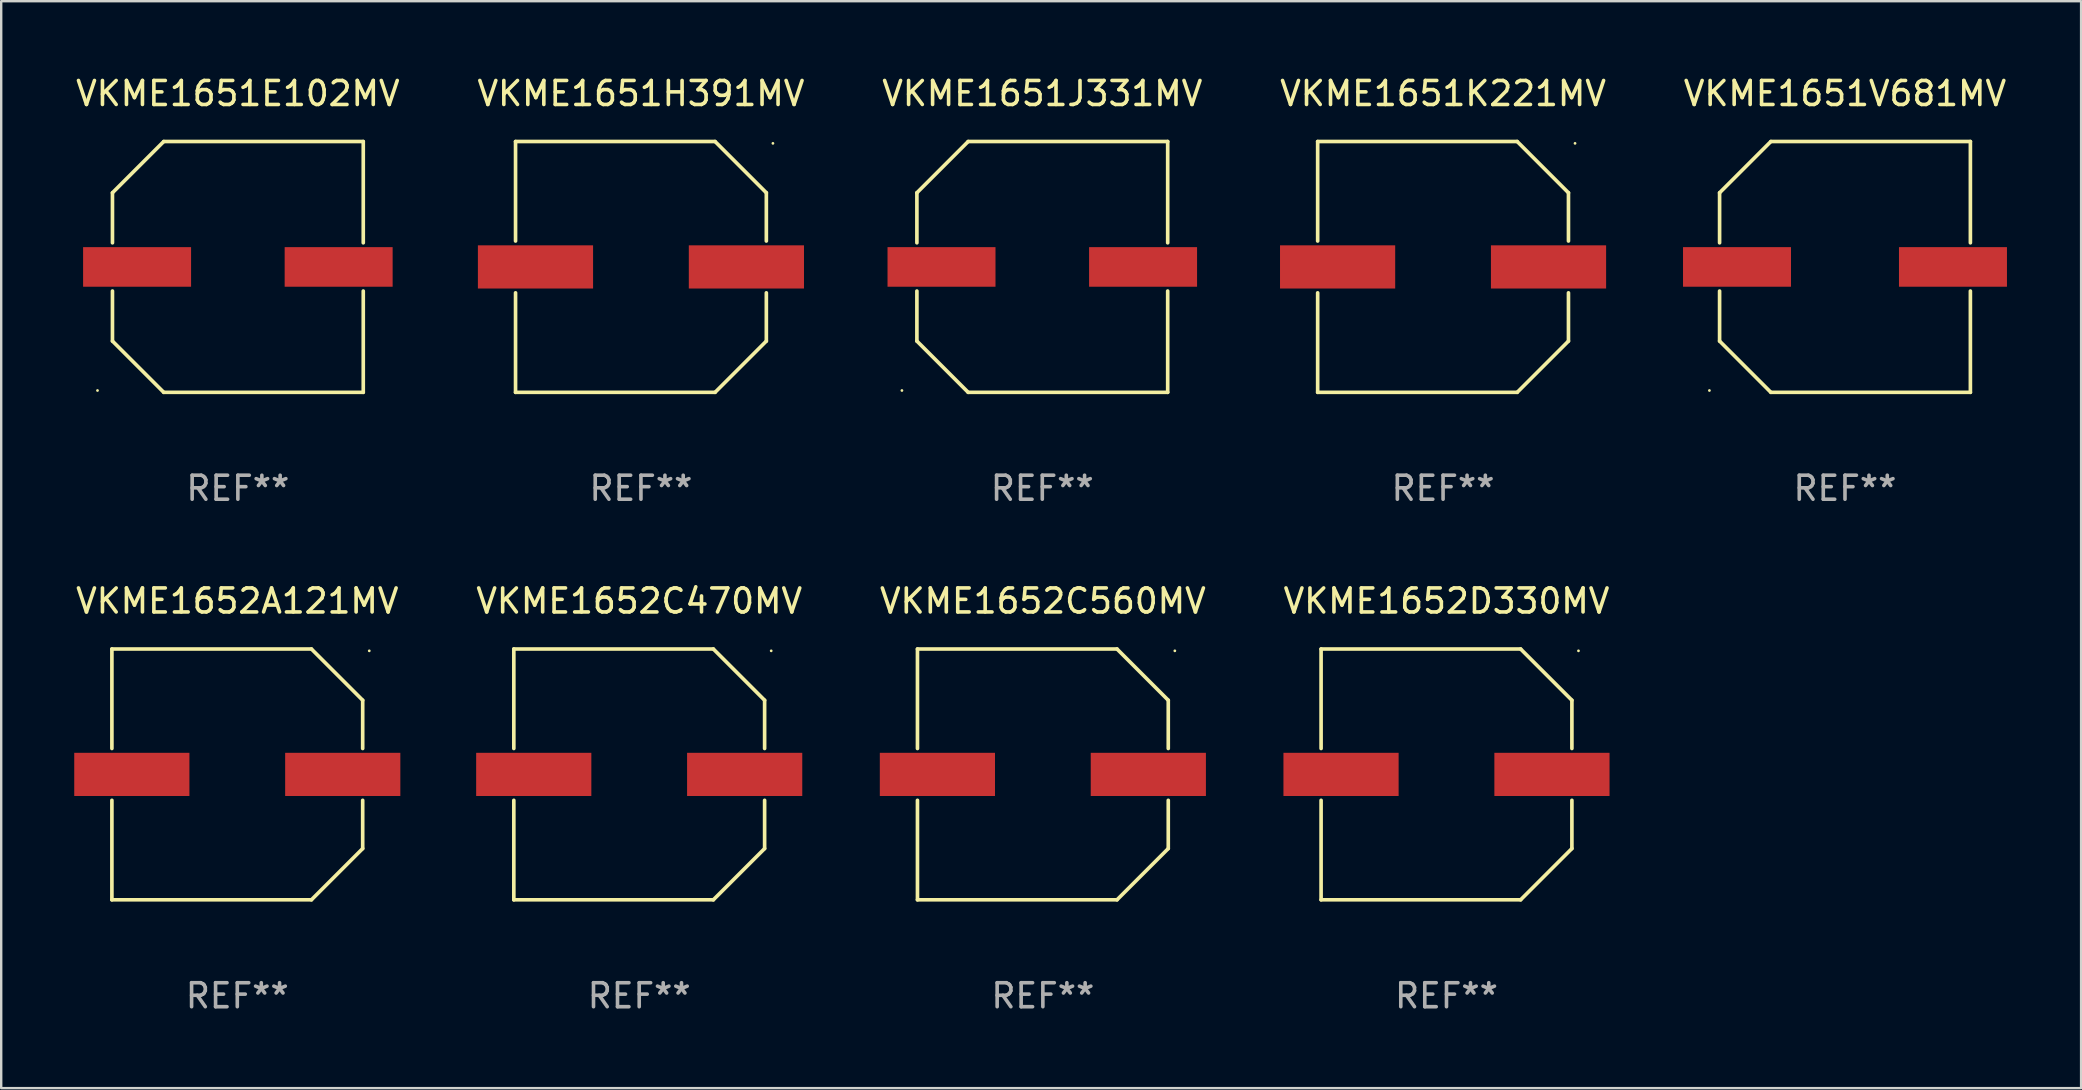
<source format=kicad_pcb>
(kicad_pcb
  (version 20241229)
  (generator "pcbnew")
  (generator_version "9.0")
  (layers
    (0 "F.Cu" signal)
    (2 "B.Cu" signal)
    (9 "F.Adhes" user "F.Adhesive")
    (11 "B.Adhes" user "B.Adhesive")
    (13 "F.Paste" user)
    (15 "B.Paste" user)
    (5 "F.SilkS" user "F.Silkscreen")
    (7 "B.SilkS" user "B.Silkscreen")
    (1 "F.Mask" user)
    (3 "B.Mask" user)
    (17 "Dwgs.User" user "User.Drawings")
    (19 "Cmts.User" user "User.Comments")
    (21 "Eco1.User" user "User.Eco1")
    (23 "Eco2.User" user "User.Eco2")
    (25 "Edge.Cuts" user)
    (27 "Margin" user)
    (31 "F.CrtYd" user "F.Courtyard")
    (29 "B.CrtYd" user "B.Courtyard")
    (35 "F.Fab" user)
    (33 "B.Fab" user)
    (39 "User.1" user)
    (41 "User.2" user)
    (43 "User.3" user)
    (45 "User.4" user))
  (footprint "VKME1651E102MV"
    (layer "F.Cu")
    (at 6.863 8.074)
    (property "Reference" "VKME1651E102MV" (at 0 -7.226 0) (layer "F.SilkS") (effects (font (size 1 1) (thickness 0.15))))
    (attr through_hole)
    (fp_line (start -5.226 -3.09) (end -5.226 -1.005) (stroke (width 0.152) (type solid)) (layer "F.SilkS"))
    (fp_line (start -5.226 1.005) (end -5.226 3.09) (stroke (width 0.152) (type solid)) (layer "F.SilkS"))
    (fp_line (start -3.09 -5.226) (end -5.226 -3.09) (stroke (width 0.152) (type solid)) (layer "F.SilkS"))
    (fp_line (start -3.09 5.226) (end -5.226 3.09) (stroke (width 0.152) (type solid)) (layer "F.SilkS"))
    (fp_line (start 5.226 -5.226) (end -3.09 -5.226) (stroke (width 0.152) (type solid)) (layer "F.SilkS"))
    (fp_line (start 5.226 -5.226) (end 5.226 -1.005) (stroke (width 0.152) (type solid)) (layer "F.SilkS"))
    (fp_line (start 5.226 1.005) (end 5.226 5.226) (stroke (width 0.152) (type solid)) (layer "F.SilkS"))
    (fp_line (start 5.226 5.226) (end -3.09 5.226) (stroke (width 0.152) (type solid)) (layer "F.SilkS"))
    (fp_circle (center -5.85 5.15) (end -5.82 5.15) (stroke (width 0.06) (type solid)) (fill no) (layer "F.SilkS"))
    (fp_text user "REF**" (at 0 9.226 0) (layer "F.Fab") (effects (font (size 1 1) (thickness 0.15))))
    (pad "1" smd rect (at -4.2 0.000292) (size 4.5 1.65) (layers "F.Cu" "F.Mask" "F.Paste"))
    (pad "2" smd rect (at 4.2 0.000292) (size 4.5 1.65) (layers "F.Cu" "F.Mask" "F.Paste")))
  (footprint "VKME1651K221MV"
    (layer "F.Cu")
    (at 57.089 8.074)
    (property "Reference" "VKME1651K221MV" (at 0 -7.226 0) (layer "F.SilkS") (effects (font (size 1 1) (thickness 0.15))))
    (attr through_hole)
    (fp_line (start -5.226 -5.226) (end -5.226 -1.08) (stroke (width 0.152) (type solid)) (layer "F.SilkS"))
    (fp_line (start -5.226 -5.226) (end 3.09 -5.226) (stroke (width 0.152) (type solid)) (layer "F.SilkS"))
    (fp_line (start -5.226 1.08) (end -5.226 5.226) (stroke (width 0.152) (type solid)) (layer "F.SilkS"))
    (fp_line (start -5.226 5.226) (end 3.09 5.226) (stroke (width 0.152) (type solid)) (layer "F.SilkS"))
    (fp_line (start 3.09 -5.226) (end 5.226 -3.09) (stroke (width 0.152) (type solid)) (layer "F.SilkS"))
    (fp_line (start 3.09 5.226) (end 5.226 3.09) (stroke (width 0.152) (type solid)) (layer "F.SilkS"))
    (fp_line (start 5.226 -1.08) (end 5.226 -3.09) (stroke (width 0.152) (type solid)) (layer "F.SilkS"))
    (fp_line (start 5.226 3.09) (end 5.226 1.08) (stroke (width 0.152) (type solid)) (layer "F.SilkS"))
    (fp_circle (center 5.5 -5.15) (end 5.53 -5.15) (stroke (width 0.06) (type solid)) (fill no) (layer "F.SilkS"))
    (fp_text user "REF**" (at 0 9.226 0) (layer "F.Fab") (effects (font (size 1 1) (thickness 0.15))))
    (pad "1" smd rect (at 4.395 0 180) (size 4.8 1.8) (layers "F.Cu" "F.Mask" "F.Paste"))
    (pad "2" smd rect (at -4.395 0 180) (size 4.8 1.8) (layers "F.Cu" "F.Mask" "F.Paste")))
  (footprint "VKME1652C560MV"
    (layer "F.Cu")
    (at 40.411 29.223)
    (property "Reference" "VKME1652C560MV" (at 0 -7.226 0) (layer "F.SilkS") (effects (font (size 1 1) (thickness 0.15))))
    (attr through_hole)
    (fp_line (start -5.226 -5.226) (end -5.226 -1.08) (stroke (width 0.152) (type solid)) (layer "F.SilkS"))
    (fp_line (start -5.226 -5.226) (end 3.09 -5.226) (stroke (width 0.152) (type solid)) (layer "F.SilkS"))
    (fp_line (start -5.226 1.08) (end -5.226 5.226) (stroke (width 0.152) (type solid)) (layer "F.SilkS"))
    (fp_line (start -5.226 5.226) (end 3.09 5.226) (stroke (width 0.152) (type solid)) (layer "F.SilkS"))
    (fp_line (start 3.09 -5.226) (end 5.226 -3.09) (stroke (width 0.152) (type solid)) (layer "F.SilkS"))
    (fp_line (start 3.09 5.226) (end 5.226 3.09) (stroke (width 0.152) (type solid)) (layer "F.SilkS"))
    (fp_line (start 5.226 -1.08) (end 5.226 -3.09) (stroke (width 0.152) (type solid)) (layer "F.SilkS"))
    (fp_line (start 5.226 3.09) (end 5.226 1.08) (stroke (width 0.152) (type solid)) (layer "F.SilkS"))
    (fp_circle (center 5.5 -5.15) (end 5.53 -5.15) (stroke (width 0.06) (type solid)) (fill no) (layer "F.SilkS"))
    (fp_text user "REF**" (at 0 9.226 0) (layer "F.Fab") (effects (font (size 1 1) (thickness 0.15))))
    (pad "1" smd rect (at 4.395 0 180) (size 4.8 1.8) (layers "F.Cu" "F.Mask" "F.Paste"))
    (pad "2" smd rect (at -4.395 0 180) (size 4.8 1.8) (layers "F.Cu" "F.Mask" "F.Paste")))
  (footprint "VKME1652A121MV"
    (layer "F.Cu")
    (at 6.839 29.223)
    (property "Reference" "VKME1652A121MV" (at 0 -7.226 0) (layer "F.SilkS") (effects (font (size 1 1) (thickness 0.15))))
    (attr through_hole)
    (fp_line (start -5.226 -5.226) (end -5.226 -1.08) (stroke (width 0.152) (type solid)) (layer "F.SilkS"))
    (fp_line (start -5.226 -5.226) (end 3.09 -5.226) (stroke (width 0.152) (type solid)) (layer "F.SilkS"))
    (fp_line (start -5.226 1.08) (end -5.226 5.226) (stroke (width 0.152) (type solid)) (layer "F.SilkS"))
    (fp_line (start -5.226 5.226) (end 3.09 5.226) (stroke (width 0.152) (type solid)) (layer "F.SilkS"))
    (fp_line (start 3.09 -5.226) (end 5.226 -3.09) (stroke (width 0.152) (type solid)) (layer "F.SilkS"))
    (fp_line (start 3.09 5.226) (end 5.226 3.09) (stroke (width 0.152) (type solid)) (layer "F.SilkS"))
    (fp_line (start 5.226 -1.08) (end 5.226 -3.09) (stroke (width 0.152) (type solid)) (layer "F.SilkS"))
    (fp_line (start 5.226 3.09) (end 5.226 1.08) (stroke (width 0.152) (type solid)) (layer "F.SilkS"))
    (fp_circle (center 5.5 -5.15) (end 5.53 -5.15) (stroke (width 0.06) (type solid)) (fill no) (layer "F.SilkS"))
    (fp_text user "REF**" (at 0 9.226 0) (layer "F.Fab") (effects (font (size 1 1) (thickness 0.15))))
    (pad "1" smd rect (at 4.395 0 180) (size 4.8 1.8) (layers "F.Cu" "F.Mask" "F.Paste"))
    (pad "2" smd rect (at -4.395 0 180) (size 4.8 1.8) (layers "F.Cu" "F.Mask" "F.Paste")))
  (footprint "VKME1652D330MV"
    (layer "F.Cu")
    (at 57.232 29.223)
    (property "Reference" "VKME1652D330MV" (at 0 -7.226 0) (layer "F.SilkS") (effects (font (size 1 1) (thickness 0.15))))
    (attr through_hole)
    (fp_line (start -5.226 -5.226) (end -5.226 -1.08) (stroke (width 0.152) (type solid)) (layer "F.SilkS"))
    (fp_line (start -5.226 -5.226) (end 3.09 -5.226) (stroke (width 0.152) (type solid)) (layer "F.SilkS"))
    (fp_line (start -5.226 1.08) (end -5.226 5.226) (stroke (width 0.152) (type solid)) (layer "F.SilkS"))
    (fp_line (start -5.226 5.226) (end 3.09 5.226) (stroke (width 0.152) (type solid)) (layer "F.SilkS"))
    (fp_line (start 3.09 -5.226) (end 5.226 -3.09) (stroke (width 0.152) (type solid)) (layer "F.SilkS"))
    (fp_line (start 3.09 5.226) (end 5.226 3.09) (stroke (width 0.152) (type solid)) (layer "F.SilkS"))
    (fp_line (start 5.226 -1.08) (end 5.226 -3.09) (stroke (width 0.152) (type solid)) (layer "F.SilkS"))
    (fp_line (start 5.226 3.09) (end 5.226 1.08) (stroke (width 0.152) (type solid)) (layer "F.SilkS"))
    (fp_circle (center 5.5 -5.15) (end 5.53 -5.15) (stroke (width 0.06) (type solid)) (fill no) (layer "F.SilkS"))
    (fp_text user "REF**" (at 0 9.226 0) (layer "F.Fab") (effects (font (size 1 1) (thickness 0.15))))
    (pad "1" smd rect (at 4.395 0 180) (size 4.8 1.8) (layers "F.Cu" "F.Mask" "F.Paste"))
    (pad "2" smd rect (at -4.395 0 180) (size 4.8 1.8) (layers "F.Cu" "F.Mask" "F.Paste")))
  (footprint "VKME1651V681MV"
    (layer "F.Cu")
    (at 73.839 8.074)
    (property "Reference" "VKME1651V681MV" (at 0 -7.226 0) (layer "F.SilkS") (effects (font (size 1 1) (thickness 0.15))))
    (attr through_hole)
    (fp_line (start -5.226 -3.09) (end -5.226 -1.005) (stroke (width 0.152) (type solid)) (layer "F.SilkS"))
    (fp_line (start -5.226 1.005) (end -5.226 3.09) (stroke (width 0.152) (type solid)) (layer "F.SilkS"))
    (fp_line (start -3.09 -5.226) (end -5.226 -3.09) (stroke (width 0.152) (type solid)) (layer "F.SilkS"))
    (fp_line (start -3.09 5.226) (end -5.226 3.09) (stroke (width 0.152) (type solid)) (layer "F.SilkS"))
    (fp_line (start 5.226 -5.226) (end -3.09 -5.226) (stroke (width 0.152) (type solid)) (layer "F.SilkS"))
    (fp_line (start 5.226 -1.005) (end 5.226 -5.226) (stroke (width 0.152) (type solid)) (layer "F.SilkS"))
    (fp_line (start 5.226 5.226) (end -3.09 5.226) (stroke (width 0.152) (type solid)) (layer "F.SilkS"))
    (fp_line (start 5.226 5.226) (end 5.226 1.005) (stroke (width 0.152) (type solid)) (layer "F.SilkS"))
    (fp_circle (center -5.65 5.15) (end -5.62 5.15) (stroke (width 0.06) (type solid)) (fill no) (layer "F.SilkS"))
    (fp_text user "REF**" (at 0 9.226 0) (layer "F.Fab") (effects (font (size 1 1) (thickness 0.15))))
    (pad "1" smd rect (at -4.5 0) (size 4.5 1.65) (layers "F.Cu" "F.Mask" "F.Paste"))
    (pad "2" smd rect (at 4.5 0) (size 4.5 1.65) (layers "F.Cu" "F.Mask" "F.Paste")))
  (footprint "VKME1651H391MV"
    (layer "F.Cu")
    (at 23.661 8.074)
    (property "Reference" "VKME1651H391MV" (at 0 -7.226 0) (layer "F.SilkS") (effects (font (size 1 1) (thickness 0.15))))
    (attr through_hole)
    (fp_line (start -5.226 -5.226) (end -5.226 -1.08) (stroke (width 0.152) (type solid)) (layer "F.SilkS"))
    (fp_line (start -5.226 -5.226) (end 3.09 -5.226) (stroke (width 0.152) (type solid)) (layer "F.SilkS"))
    (fp_line (start -5.226 1.08) (end -5.226 5.226) (stroke (width 0.152) (type solid)) (layer "F.SilkS"))
    (fp_line (start -5.226 5.226) (end 3.09 5.226) (stroke (width 0.152) (type solid)) (layer "F.SilkS"))
    (fp_line (start 3.09 -5.226) (end 5.226 -3.09) (stroke (width 0.152) (type solid)) (layer "F.SilkS"))
    (fp_line (start 3.09 5.226) (end 5.226 3.09) (stroke (width 0.152) (type solid)) (layer "F.SilkS"))
    (fp_line (start 5.226 -1.08) (end 5.226 -3.09) (stroke (width 0.152) (type solid)) (layer "F.SilkS"))
    (fp_line (start 5.226 3.09) (end 5.226 1.08) (stroke (width 0.152) (type solid)) (layer "F.SilkS"))
    (fp_circle (center 5.5 -5.15) (end 5.53 -5.15) (stroke (width 0.06) (type solid)) (fill no) (layer "F.SilkS"))
    (fp_text user "REF**" (at 0 9.226 0) (layer "F.Fab") (effects (font (size 1 1) (thickness 0.15))))
    (pad "1" smd rect (at 4.395 0 180) (size 4.8 1.8) (layers "F.Cu" "F.Mask" "F.Paste"))
    (pad "2" smd rect (at -4.395 0 180) (size 4.8 1.8) (layers "F.Cu" "F.Mask" "F.Paste")))
  (footprint "VKME1651J331MV"
    (layer "F.Cu")
    (at 40.387 8.074)
    (property "Reference" "VKME1651J331MV" (at 0 -7.226 0) (layer "F.SilkS") (effects (font (size 1 1) (thickness 0.15))))
    (attr through_hole)
    (fp_line (start -5.226 -3.09) (end -5.226 -1.005) (stroke (width 0.152) (type solid)) (layer "F.SilkS"))
    (fp_line (start -5.226 1.005) (end -5.226 3.09) (stroke (width 0.152) (type solid)) (layer "F.SilkS"))
    (fp_line (start -3.09 -5.226) (end -5.226 -3.09) (stroke (width 0.152) (type solid)) (layer "F.SilkS"))
    (fp_line (start -3.09 5.226) (end -5.226 3.09) (stroke (width 0.152) (type solid)) (layer "F.SilkS"))
    (fp_line (start 5.226 -5.226) (end -3.09 -5.226) (stroke (width 0.152) (type solid)) (layer "F.SilkS"))
    (fp_line (start 5.226 -5.226) (end 5.226 -1.005) (stroke (width 0.152) (type solid)) (layer "F.SilkS"))
    (fp_line (start 5.226 1.005) (end 5.226 5.226) (stroke (width 0.152) (type solid)) (layer "F.SilkS"))
    (fp_line (start 5.226 5.226) (end -3.09 5.226) (stroke (width 0.152) (type solid)) (layer "F.SilkS"))
    (fp_circle (center -5.85 5.15) (end -5.82 5.15) (stroke (width 0.06) (type solid)) (fill no) (layer "F.SilkS"))
    (fp_text user "REF**" (at 0 9.226 0) (layer "F.Fab") (effects (font (size 1 1) (thickness 0.15))))
    (pad "1" smd rect (at -4.2 0.000292) (size 4.5 1.65) (layers "F.Cu" "F.Mask" "F.Paste"))
    (pad "2" smd rect (at 4.2 0.000292) (size 4.5 1.65) (layers "F.Cu" "F.Mask" "F.Paste")))
  (footprint "VKME1652C470MV"
    (layer "F.Cu")
    (at 23.589 29.223)
    (property "Reference" "VKME1652C470MV" (at 0 -7.226 0) (layer "F.SilkS") (effects (font (size 1 1) (thickness 0.15))))
    (attr through_hole)
    (fp_line (start -5.226 -5.226) (end -5.226 -1.08) (stroke (width 0.152) (type solid)) (layer "F.SilkS"))
    (fp_line (start -5.226 -5.226) (end 3.09 -5.226) (stroke (width 0.152) (type solid)) (layer "F.SilkS"))
    (fp_line (start -5.226 1.08) (end -5.226 5.226) (stroke (width 0.152) (type solid)) (layer "F.SilkS"))
    (fp_line (start -5.226 5.226) (end 3.09 5.226) (stroke (width 0.152) (type solid)) (layer "F.SilkS"))
    (fp_line (start 3.09 -5.226) (end 5.226 -3.09) (stroke (width 0.152) (type solid)) (layer "F.SilkS"))
    (fp_line (start 3.09 5.226) (end 5.226 3.09) (stroke (width 0.152) (type solid)) (layer "F.SilkS"))
    (fp_line (start 5.226 -1.08) (end 5.226 -3.09) (stroke (width 0.152) (type solid)) (layer "F.SilkS"))
    (fp_line (start 5.226 3.09) (end 5.226 1.08) (stroke (width 0.152) (type solid)) (layer "F.SilkS"))
    (fp_circle (center 5.5 -5.15) (end 5.53 -5.15) (stroke (width 0.06) (type solid)) (fill no) (layer "F.SilkS"))
    (fp_text user "REF**" (at 0 9.226 0) (layer "F.Fab") (effects (font (size 1 1) (thickness 0.15))))
    (pad "1" smd rect (at 4.395 0 180) (size 4.8 1.8) (layers "F.Cu" "F.Mask" "F.Paste"))
    (pad "2" smd rect (at -4.395 0 180) (size 4.8 1.8) (layers "F.Cu" "F.Mask" "F.Paste")))
  (gr_rect
    (start -3 -3)
    (end 83.679 42.298)
    (stroke (width 0.1) (type default))
    (fill no)
    (layer "Edge.Cuts")))
</source>
